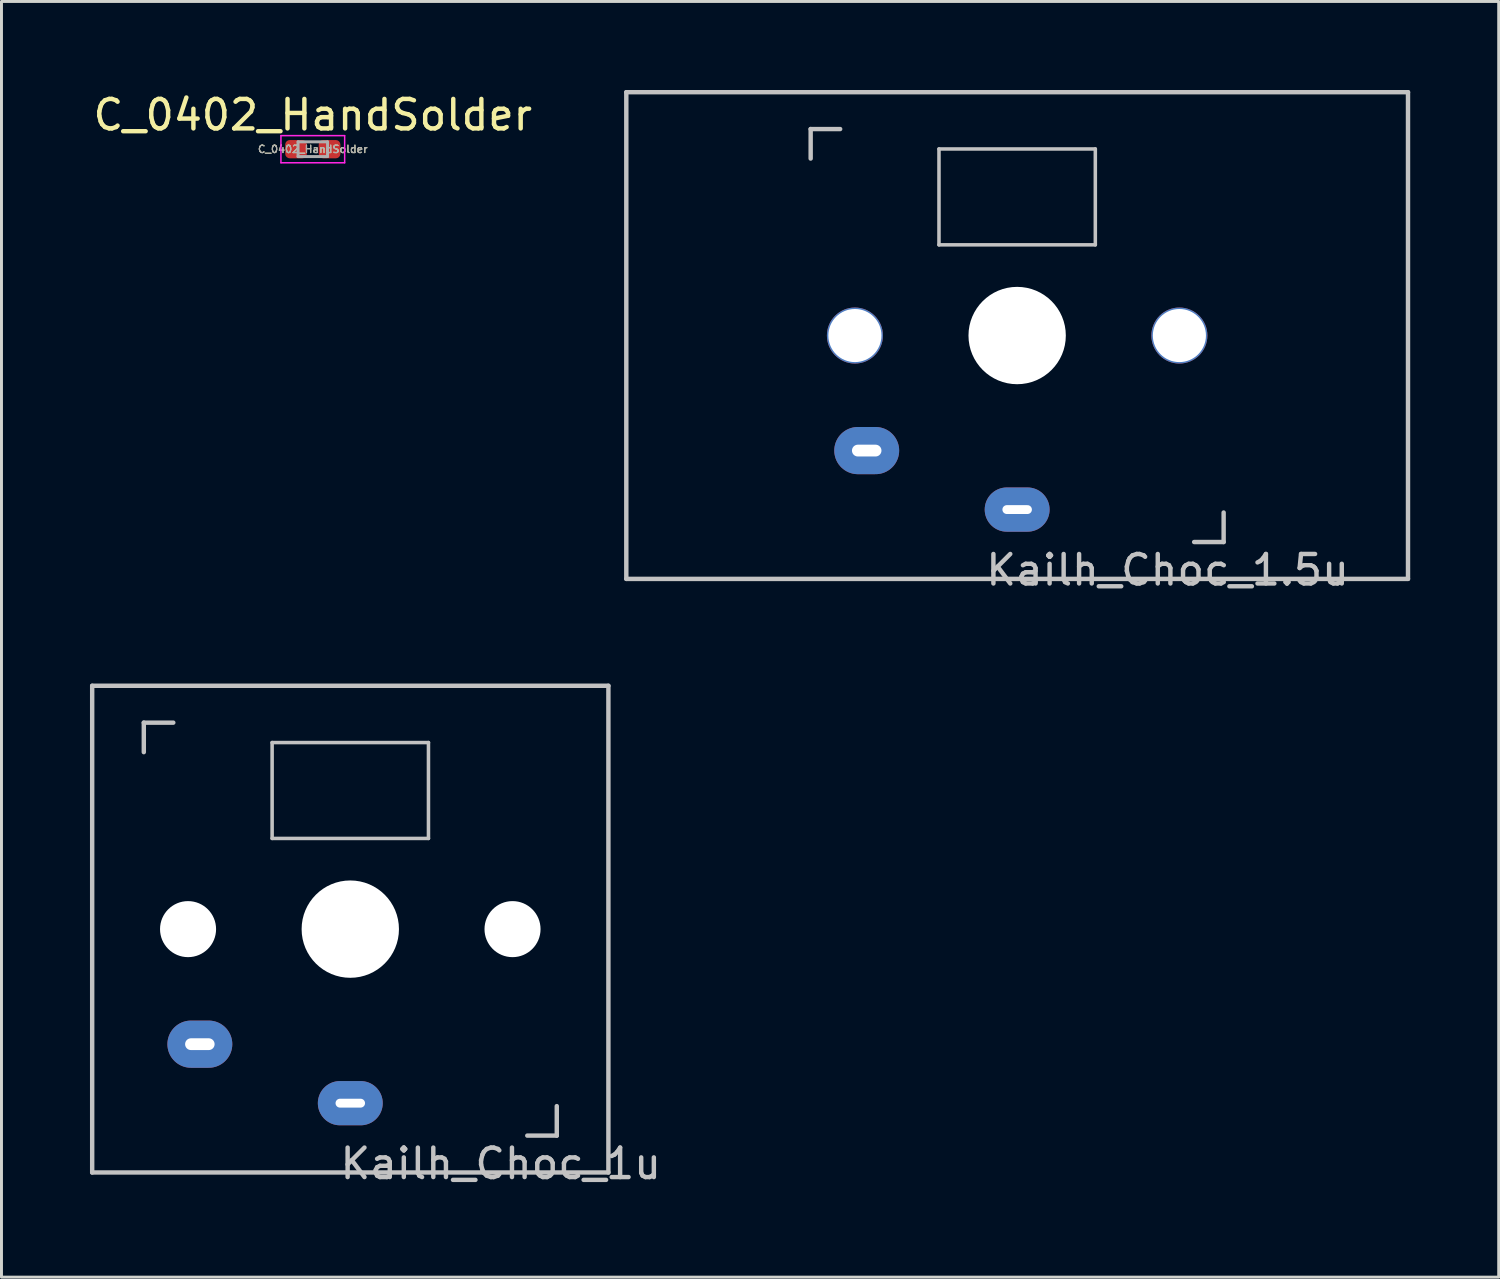
<source format=kicad_pcb>
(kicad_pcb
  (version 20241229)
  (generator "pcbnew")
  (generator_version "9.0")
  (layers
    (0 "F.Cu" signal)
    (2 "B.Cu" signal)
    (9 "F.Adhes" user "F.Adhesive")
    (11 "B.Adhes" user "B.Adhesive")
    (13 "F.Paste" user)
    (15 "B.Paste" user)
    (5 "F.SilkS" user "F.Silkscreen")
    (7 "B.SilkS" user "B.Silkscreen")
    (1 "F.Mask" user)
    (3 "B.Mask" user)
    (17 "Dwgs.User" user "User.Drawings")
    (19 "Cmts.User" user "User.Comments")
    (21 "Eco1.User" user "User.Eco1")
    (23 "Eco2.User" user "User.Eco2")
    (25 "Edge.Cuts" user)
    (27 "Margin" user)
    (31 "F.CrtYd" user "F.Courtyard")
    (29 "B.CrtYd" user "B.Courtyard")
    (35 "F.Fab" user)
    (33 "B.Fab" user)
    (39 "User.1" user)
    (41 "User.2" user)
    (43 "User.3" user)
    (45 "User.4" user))
  (footprint "Kailh_Choc_1u"
    (layer "F.Cu")
    (at 8.825 28.448)
    (property "Reference" "Kailh_Choc_1u" (at 5.1 7.95 180) (layer "Dwgs.User") (effects (font (size 1 1) (thickness 0.15))))
    (attr through_hole)
    (fp_line (start -8.75 -8.25) (end 8.75 -8.25) (stroke (width 0.15) (type solid)) (layer "Dwgs.User"))
    (fp_line (start -8.75 8.25) (end -8.75 -8.25) (stroke (width 0.15) (type solid)) (layer "Dwgs.User"))
    (fp_line (start -7 -7) (end -6 -7) (stroke (width 0.15) (type solid)) (layer "Dwgs.User"))
    (fp_line (start -7 -6) (end -7 -7) (stroke (width 0.15) (type solid)) (layer "Dwgs.User"))
    (fp_line (start -2.65 -6.325) (end 2.65 -6.325) (stroke (width 0.12) (type solid)) (layer "Dwgs.User"))
    (fp_line (start -2.65 -3.075) (end -2.65 -6.325) (stroke (width 0.12) (type solid)) (layer "Dwgs.User"))
    (fp_line (start 2.65 -6.325) (end 2.65 -3.075) (stroke (width 0.12) (type solid)) (layer "Dwgs.User"))
    (fp_line (start 2.65 -3.075) (end -2.65 -3.075) (stroke (width 0.12) (type solid)) (layer "Dwgs.User"))
    (fp_line (start 6 7) (end 7 7) (stroke (width 0.15) (type solid)) (layer "Dwgs.User"))
    (fp_line (start 7 7) (end 7 6) (stroke (width 0.15) (type solid)) (layer "Dwgs.User"))
    (fp_line (start 8.75 -8.25) (end 8.75 8.25) (stroke (width 0.15) (type solid)) (layer "Dwgs.User"))
    (fp_line (start 8.75 8.25) (end -8.75 8.25) (stroke (width 0.15) (type solid)) (layer "Dwgs.User"))
    (pad "" np_thru_hole circle (at -5.5 0 90) (size 1.9 1.9) (drill 1.9) (layers "*.Cu" "*.Mask"))
    (pad "" np_thru_hole circle (at 0 0 90) (size 3.3 3.3) (drill 3.3) (layers "*.Cu" "*.Mask"))
    (pad "" np_thru_hole circle (at 5.5 0 90) (size 1.9 1.9) (drill 1.9) (layers "*.Cu" "*.Mask"))
    (pad "1" thru_hole oval (at -5.1 3.9) (size 2.2 1.6) (drill oval 1 0.4) (layers "*.Cu" "B.Mask"))
    (pad "2" thru_hole oval (at 0 5.9) (size 2.2 1.5) (drill oval 1 0.3) (layers "*.Cu" "B.Mask")))
  (footprint "C_0402_HandSolder"
    (layer "F.Cu")
    (at 7.554 2.008)
    (property "Reference" "C_0402_HandSolder" (at 0 -1.16 0) (layer "F.SilkS") (effects (font (size 1 1) (thickness 0.15))))
    (attr smd)
    (fp_line (start -1.08 -0.46) (end 1.08 -0.46) (stroke (width 0.05) (type solid)) (layer "F.CrtYd"))
    (fp_line (start -1.08 0.46) (end -1.08 -0.46) (stroke (width 0.05) (type solid)) (layer "F.CrtYd"))
    (fp_line (start 1.08 -0.46) (end 1.08 0.46) (stroke (width 0.05) (type solid)) (layer "F.CrtYd"))
    (fp_line (start 1.08 0.46) (end -1.08 0.46) (stroke (width 0.05) (type solid)) (layer "F.CrtYd"))
    (fp_line (start -0.5 -0.25) (end 0.5 -0.25) (stroke (width 0.1) (type solid)) (layer "F.Fab"))
    (fp_line (start -0.5 0.25) (end -0.5 -0.25) (stroke (width 0.1) (type solid)) (layer "F.Fab"))
    (fp_line (start 0.5 -0.25) (end 0.5 0.25) (stroke (width 0.1) (type solid)) (layer "F.Fab"))
    (fp_line (start 0.5 0.25) (end -0.5 0.25) (stroke (width 0.1) (type solid)) (layer "F.Fab"))
    (fp_text user "${REFERENCE}" (at 0 0 0) (layer "F.SilkS") (effects (font (size 0.25 0.25) (thickness 0.04))))
    (fp_text user "${REFERENCE}" (at 0 0 0) (layer "F.Fab") (effects (font (size 0.25 0.25) (thickness 0.04))))
    (pad "1" smd roundrect (at -0.568 0) (size 0.735 0.62) (layers "F.Cu" "F.Mask" "F.Paste") (roundrect_rratio 0.25))
    (pad "2" smd roundrect (at 0.568 0) (size 0.735 0.62) (layers "F.Cu" "F.Mask" "F.Paste") (roundrect_rratio 0.25)))
  (footprint "Kailh_Choc_1.5u"
    (layer "F.Cu")
    (at 31.432 8.325)
    (property "Reference" "Kailh_Choc_1.5u" (at 5.1 7.95 180) (layer "Dwgs.User") (effects (font (size 1 1) (thickness 0.15))))
    (attr through_hole)
    (fp_line (start -13.25 -8.25) (end 13.25 -8.25) (stroke (width 0.15) (type solid)) (layer "Dwgs.User"))
    (fp_line (start -13.25 8.25) (end -13.25 -8.25) (stroke (width 0.15) (type solid)) (layer "Dwgs.User"))
    (fp_line (start -7 -7) (end -6 -7) (stroke (width 0.15) (type solid)) (layer "Dwgs.User"))
    (fp_line (start -7 -6) (end -7 -7) (stroke (width 0.15) (type solid)) (layer "Dwgs.User"))
    (fp_line (start -2.65 -6.325) (end 2.65 -6.325) (stroke (width 0.12) (type solid)) (layer "Dwgs.User"))
    (fp_line (start -2.65 -3.075) (end -2.65 -6.325) (stroke (width 0.12) (type solid)) (layer "Dwgs.User"))
    (fp_line (start 2.65 -6.325) (end 2.65 -3.075) (stroke (width 0.12) (type solid)) (layer "Dwgs.User"))
    (fp_line (start 2.65 -3.075) (end -2.65 -3.075) (stroke (width 0.12) (type solid)) (layer "Dwgs.User"))
    (fp_line (start 6 7) (end 7 7) (stroke (width 0.15) (type solid)) (layer "Dwgs.User"))
    (fp_line (start 7 7) (end 7 6) (stroke (width 0.15) (type solid)) (layer "Dwgs.User"))
    (fp_line (start 13.25 -8.25) (end 13.25 8.25) (stroke (width 0.15) (type solid)) (layer "Dwgs.User"))
    (fp_line (start 13.25 8.25) (end -13.25 8.25) (stroke (width 0.15) (type solid)) (layer "Dwgs.User"))
    (pad "" np_thru_hole circle (at -5.5 0 90) (size 1.9 1.9) (drill 1.8) (layers "*.Cu" "*.Mask"))
    (pad "" np_thru_hole circle (at 0 0 90) (size 3.3 3.3) (drill 3.3) (layers "*.Cu" "*.Mask"))
    (pad "" np_thru_hole circle (at 5.5 0 90) (size 1.9 1.9) (drill 1.8) (layers "*.Cu" "*.Mask"))
    (pad "1" thru_hole oval (at -5.1 3.9) (size 2.2 1.6) (drill oval 1 0.4) (layers "*.Cu" "B.Mask"))
    (pad "2" thru_hole oval (at 0 5.9) (size 2.2 1.5) (drill oval 1 0.3) (layers "*.Cu" "B.Mask")))
  (gr_rect
    (start -3 -3)
    (end 47.757 40.246)
    (stroke (width 0.1) (type default))
    (fill no)
    (layer "Edge.Cuts")))
</source>
